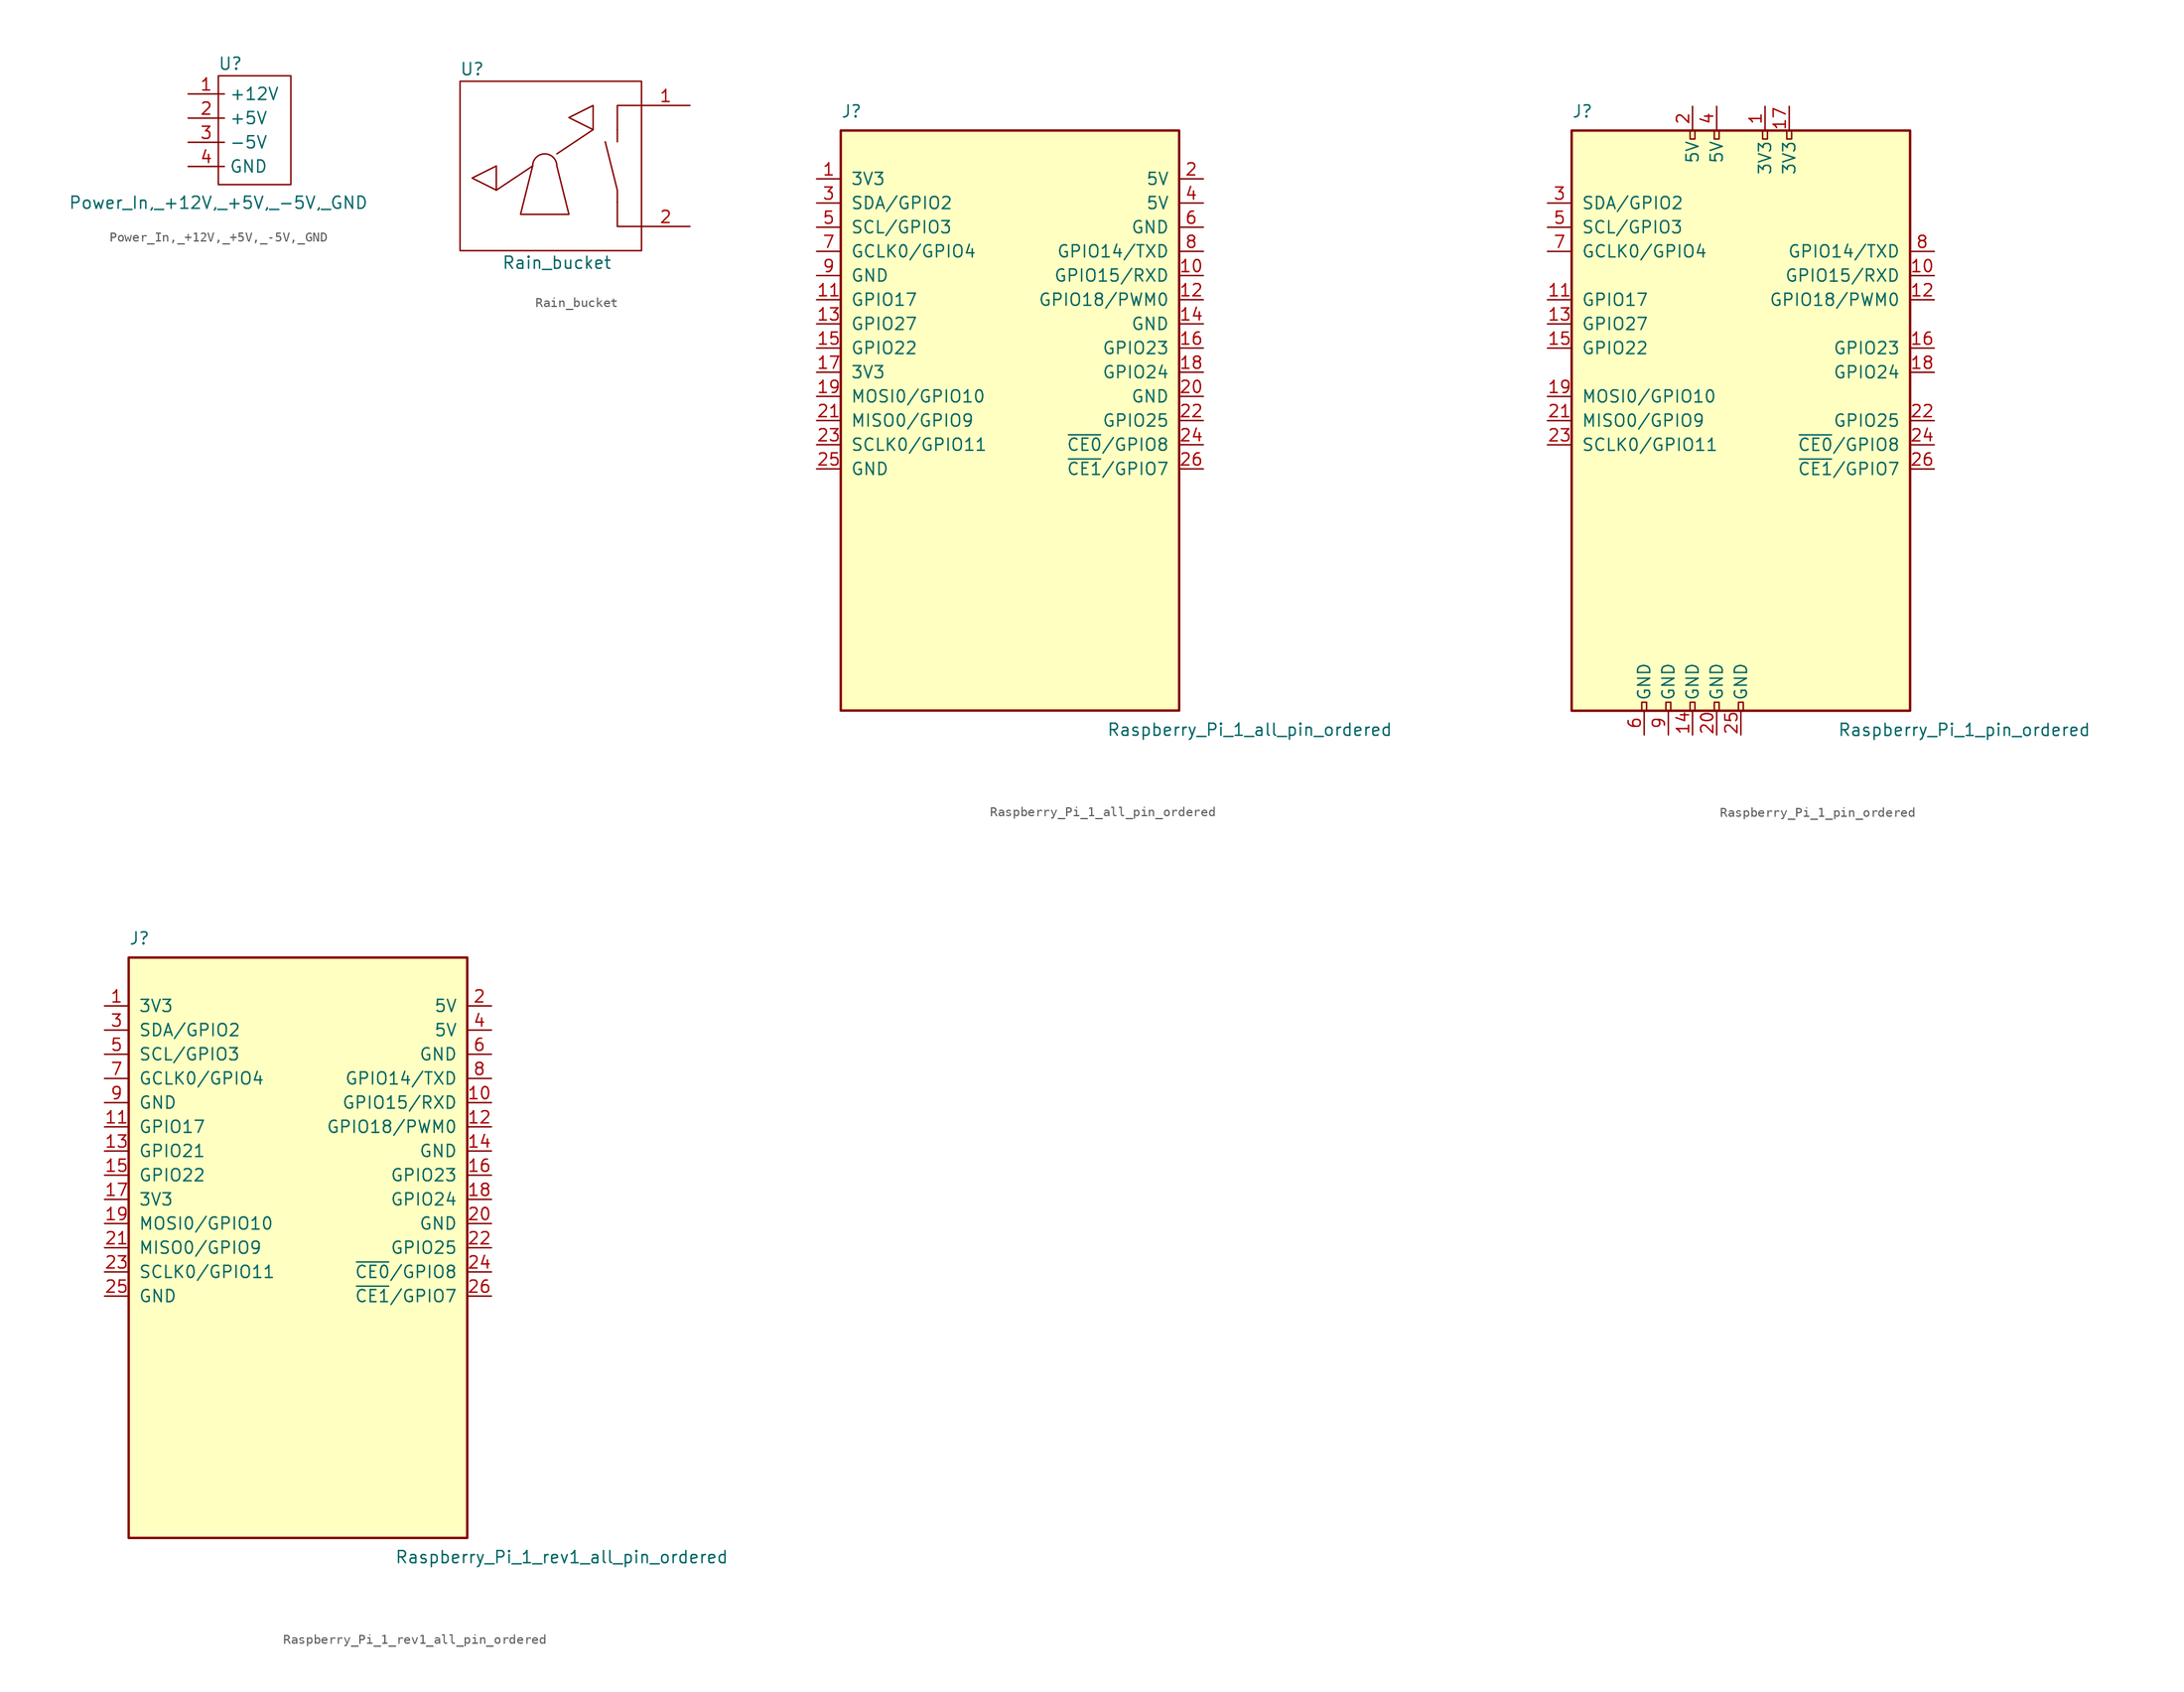
<source format=kicad_sym>
(kicad_symbol_lib
  (version 20231120)
  (generator "kicad_symbol_editor")
  (generator_version "8.0")
  (symbol "Power_In,_+12V,_+5V,_-5V,_GND"
    (property "Reference" "U"
      (at 4.445 3.175 0)
      (effects (font (size 1.27 1.27))))
    (property "Value" "Power_In,_+12V,_+5V,_-5V,_GND"
      (at 3.175 -11.43 0)
      (effects (font (size 1.27 1.27))))
    (symbol "Power_In,_+12V,_+5V,_-5V,_GND_0_1"
      (polyline (pts (xy 3.175 1.905) (xy 10.795 1.905) (xy 10.795 -9.525) (xy 3.175 -9.525) (xy 3.175 1.905)) (stroke (width 0) (type default)) (fill (type none))))
    (symbol "Power_In,_+12V,_+5V,_-5V,_GND_1_1"
      (pin power_in line (at 0 0 0) (length 3.81) (name "+12V" (effects (font (size 1.27 1.27)))) (number "1" (effects (font (size 1.27 1.27)))))
      (pin power_in line (at 0 -2.54 0) (length 3.81) (name "+5V" (effects (font (size 1.27 1.27)))) (number "2" (effects (font (size 1.27 1.27)))))
      (pin power_in line (at 0 -5.08 0) (length 3.81) (name "-5V" (effects (font (size 1.27 1.27)))) (number "3" (effects (font (size 1.27 1.27)))))
      (pin power_in line (at 0 -7.62 0) (length 3.81) (name "GND" (effects (font (size 1.27 1.27)))) (number "4" (effects (font (size 1.27 1.27)))))))
  (symbol "Rain_bucket"
    (pin_names
      (offset 1.016) hide)
    (property "Reference" "U"
      (at -8.89 10.16 0)
      (effects (font (size 1.27 1.27))))
    (property "Value" "Rain_bucket"
      (at 0 -10.16 0)
      (effects (font (size 1.27 1.27))))
    (symbol "Rain_bucket_0_1"
      (arc (start 0 0) (mid -1.27 1.2645) (end -2.54 0) (stroke (width 0) (type default)) (fill (type none)))
      (polyline (pts (xy -2.54 0) (xy -6.35 -2.54)) (stroke (width 0) (type default)) (fill (type none)))
      (polyline (pts (xy 0 1.27) (xy 3.81 3.81)) (stroke (width 0) (type default)) (fill (type none)))
      (polyline (pts (xy 6.35 2.54) (xy 6.35 3.81)) (stroke (width 0) (type default)) (fill (type none)))
      (polyline (pts (xy 6.35 -3.81) (xy 6.35 -2.54) (xy 5.08 2.54)) (stroke (width 0) (type default)) (fill (type none)))
      (polyline (pts (xy 8.89 -6.35) (xy 6.35 -6.35) (xy 6.35 -3.81)) (stroke (width 0) (type default)) (fill (type none)))
      (polyline (pts (xy 8.89 6.35) (xy 6.35 6.35) (xy 6.35 3.81)) (stroke (width 0) (type default)) (fill (type none)))
      (polyline (pts (xy -6.35 -2.54) (xy -8.89 -1.27) (xy -6.35 0) (xy -6.35 -2.54)) (stroke (width 0) (type default)) (fill (type none)))
      (polyline (pts (xy -2.54 0) (xy -3.81 -5.08) (xy 1.27 -5.08) (xy 0 0)) (stroke (width 0) (type default)) (fill (type none)))
      (polyline (pts (xy 3.81 3.81) (xy 1.27 5.08) (xy 3.81 6.35) (xy 3.81 3.81)) (stroke (width 0) (type default)) (fill (type none)))
      (rectangle (start 8.89 8.89) (end -10.16 -8.89) (stroke (width 0) (type default)) (fill (type none))))
    (symbol "Rain_bucket_1_1"
      (pin input line (at 13.97 6.35 180) (length 5.08) (name "Input" (effects (font (size 1.27 1.27)))) (number "1" (effects (font (size 1.27 1.27)))))
      (pin output line (at 13.97 -6.35 180) (length 5.08) (name "Output" (effects (font (size 1.27 1.27)))) (number "2" (effects (font (size 1.27 1.27)))))))
  (symbol "Raspberry_Pi_1_all_pin_ordered"
    (pin_names
      (offset 1.016))
    (property "Reference" "J"
      (at -17.78 31.75 0)
      (effects (font (size 1.27 1.27)) (justify left bottom)))
    (property "Value" "Raspberry_Pi_1_all_pin_ordered"
      (at 10.16 -31.75 0)
      (effects (font (size 1.27 1.27)) (justify left top)))
    (symbol "Raspberry_Pi_1_all_pin_ordered_0_1"
      (rectangle (start -17.78 30.48) (end 17.78 -30.48) (stroke (width 0.254) (type default)) (fill (type background))))
    (symbol "Raspberry_Pi_1_all_pin_ordered_1_1"
      (pin power_in line (at -20.32 25.4 0) (length 2.54) (name "3V3" (effects (font (size 1.27 1.27)))) (number "1" (effects (font (size 1.27 1.27)))))
      (pin bidirectional line (at 20.32 15.24 180) (length 2.54) (name "GPIO15/RXD" (effects (font (size 1.27 1.27)))) (number "10" (effects (font (size 1.27 1.27)))))
      (pin bidirectional line (at -20.32 12.7 0) (length 2.54) (name "GPIO17" (effects (font (size 1.27 1.27)))) (number "11" (effects (font (size 1.27 1.27)))))
      (pin bidirectional line (at 20.32 12.7 180) (length 2.54) (name "GPIO18/PWM0" (effects (font (size 1.27 1.27)))) (number "12" (effects (font (size 1.27 1.27)))))
      (pin bidirectional line (at -20.32 10.16 0) (length 2.54) (name "GPIO27" (effects (font (size 1.27 1.27)))) (number "13" (effects (font (size 1.27 1.27)))))
      (pin power_in line (at 20.32 10.16 180) (length 2.54) (name "GND" (effects (font (size 1.27 1.27)))) (number "14" (effects (font (size 1.27 1.27)))))
      (pin bidirectional line (at -20.32 7.62 0) (length 2.54) (name "GPIO22" (effects (font (size 1.27 1.27)))) (number "15" (effects (font (size 1.27 1.27)))))
      (pin bidirectional line (at 20.32 7.62 180) (length 2.54) (name "GPIO23" (effects (font (size 1.27 1.27)))) (number "16" (effects (font (size 1.27 1.27)))))
      (pin power_in line (at -20.32 5.08 0) (length 2.54) (name "3V3" (effects (font (size 1.27 1.27)))) (number "17" (effects (font (size 1.27 1.27)))))
      (pin bidirectional line (at 20.32 5.08 180) (length 2.54) (name "GPIO24" (effects (font (size 1.27 1.27)))) (number "18" (effects (font (size 1.27 1.27)))))
      (pin bidirectional line (at -20.32 2.54 0) (length 2.54) (name "MOSI0/GPIO10" (effects (font (size 1.27 1.27)))) (number "19" (effects (font (size 1.27 1.27)))))
      (pin power_in line (at 20.32 25.4 180) (length 2.54) (name "5V" (effects (font (size 1.27 1.27)))) (number "2" (effects (font (size 1.27 1.27)))))
      (pin power_in line (at 20.32 2.54 180) (length 2.54) (name "GND" (effects (font (size 1.27 1.27)))) (number "20" (effects (font (size 1.27 1.27)))))
      (pin bidirectional line (at -20.32 0 0) (length 2.54) (name "MISO0/GPIO9" (effects (font (size 1.27 1.27)))) (number "21" (effects (font (size 1.27 1.27)))))
      (pin bidirectional line (at 20.32 0 180) (length 2.54) (name "GPIO25" (effects (font (size 1.27 1.27)))) (number "22" (effects (font (size 1.27 1.27)))))
      (pin bidirectional line (at -20.32 -2.54 0) (length 2.54) (name "SCLK0/GPIO11" (effects (font (size 1.27 1.27)))) (number "23" (effects (font (size 1.27 1.27)))))
      (pin bidirectional line (at 20.32 -2.54 180) (length 2.54) (name "~{CE0}/GPIO8" (effects (font (size 1.27 1.27)))) (number "24" (effects (font (size 1.27 1.27)))))
      (pin power_in line (at -20.32 -5.08 0) (length 2.54) (name "GND" (effects (font (size 1.27 1.27)))) (number "25" (effects (font (size 1.27 1.27)))))
      (pin bidirectional line (at 20.32 -5.08 180) (length 2.54) (name "~{CE1}/GPIO7" (effects (font (size 1.27 1.27)))) (number "26" (effects (font (size 1.27 1.27)))))
      (pin bidirectional line (at -20.32 22.86 0) (length 2.54) (name "SDA/GPIO2" (effects (font (size 1.27 1.27)))) (number "3" (effects (font (size 1.27 1.27)))))
      (pin power_in line (at 20.32 22.86 180) (length 2.54) (name "5V" (effects (font (size 1.27 1.27)))) (number "4" (effects (font (size 1.27 1.27)))))
      (pin bidirectional line (at -20.32 20.32 0) (length 2.54) (name "SCL/GPIO3" (effects (font (size 1.27 1.27)))) (number "5" (effects (font (size 1.27 1.27)))))
      (pin power_in line (at 20.32 20.32 180) (length 2.54) (name "GND" (effects (font (size 1.27 1.27)))) (number "6" (effects (font (size 1.27 1.27)))))
      (pin bidirectional line (at -20.32 17.78 0) (length 2.54) (name "GCLK0/GPIO4" (effects (font (size 1.27 1.27)))) (number "7" (effects (font (size 1.27 1.27)))))
      (pin bidirectional line (at 20.32 17.78 180) (length 2.54) (name "GPIO14/TXD" (effects (font (size 1.27 1.27)))) (number "8" (effects (font (size 1.27 1.27)))))
      (pin power_in line (at -20.32 15.24 0) (length 2.54) (name "GND" (effects (font (size 1.27 1.27)))) (number "9" (effects (font (size 1.27 1.27)))))))
  (symbol "Raspberry_Pi_1_pin_ordered"
    (pin_names
      (offset 1.016))
    (property "Reference" "J"
      (at -17.78 31.75 0)
      (effects (font (size 1.27 1.27)) (justify left bottom)))
    (property "Value" "Raspberry_Pi_1_pin_ordered"
      (at 10.16 -31.75 0)
      (effects (font (size 1.27 1.27)) (justify left top)))
    (symbol "Raspberry_Pi_1_pin_ordered_0_1"
      (rectangle (start -17.78 30.48) (end 17.78 -30.48) (stroke (width 0.254) (type default)) (fill (type background))))
    (symbol "Raspberry_Pi_1_pin_ordered_1_1"
      (rectangle (start -10.414 -29.591) (end -9.906 -30.48) (stroke (width 0) (type default)) (fill (type none)))
      (rectangle (start -7.874 -29.591) (end -7.366 -30.48) (stroke (width 0) (type default)) (fill (type none)))
      (rectangle (start -5.334 -29.591) (end -4.826 -30.48) (stroke (width 0) (type default)) (fill (type none)))
      (rectangle (start -5.334 30.48) (end -4.826 29.591) (stroke (width 0) (type default)) (fill (type none)))
      (rectangle (start -2.794 -29.591) (end -2.286 -30.48) (stroke (width 0) (type default)) (fill (type none)))
      (rectangle (start -2.794 30.48) (end -2.286 29.591) (stroke (width 0) (type default)) (fill (type none)))
      (rectangle (start -0.254 -29.591) (end 0.254 -30.48) (stroke (width 0) (type default)) (fill (type none)))
      (rectangle (start 2.286 30.48) (end 2.794 29.591) (stroke (width 0) (type default)) (fill (type none)))
      (rectangle (start 4.826 30.48) (end 5.334 29.591) (stroke (width 0) (type default)) (fill (type none)))
      (pin power_in line (at 2.54 33.02 270) (length 2.54) (name "3V3" (effects (font (size 1.27 1.27)))) (number "1" (effects (font (size 1.27 1.27)))))
      (pin bidirectional line (at 20.32 15.24 180) (length 2.54) (name "GPIO15/RXD" (effects (font (size 1.27 1.27)))) (number "10" (effects (font (size 1.27 1.27)))))
      (pin bidirectional line (at -20.32 12.7 0) (length 2.54) (name "GPIO17" (effects (font (size 1.27 1.27)))) (number "11" (effects (font (size 1.27 1.27)))))
      (pin bidirectional line (at 20.32 12.7 180) (length 2.54) (name "GPIO18/PWM0" (effects (font (size 1.27 1.27)))) (number "12" (effects (font (size 1.27 1.27)))))
      (pin bidirectional line (at -20.32 10.16 0) (length 2.54) (name "GPIO27" (effects (font (size 1.27 1.27)))) (number "13" (effects (font (size 1.27 1.27)))))
      (pin power_in line (at -5.08 -33.02 90) (length 2.54) (name "GND" (effects (font (size 1.27 1.27)))) (number "14" (effects (font (size 1.27 1.27)))))
      (pin bidirectional line (at -20.32 7.62 0) (length 2.54) (name "GPIO22" (effects (font (size 1.27 1.27)))) (number "15" (effects (font (size 1.27 1.27)))))
      (pin bidirectional line (at 20.32 7.62 180) (length 2.54) (name "GPIO23" (effects (font (size 1.27 1.27)))) (number "16" (effects (font (size 1.27 1.27)))))
      (pin power_in line (at 5.08 33.02 270) (length 2.54) (name "3V3" (effects (font (size 1.27 1.27)))) (number "17" (effects (font (size 1.27 1.27)))))
      (pin bidirectional line (at 20.32 5.08 180) (length 2.54) (name "GPIO24" (effects (font (size 1.27 1.27)))) (number "18" (effects (font (size 1.27 1.27)))))
      (pin bidirectional line (at -20.32 2.54 0) (length 2.54) (name "MOSI0/GPIO10" (effects (font (size 1.27 1.27)))) (number "19" (effects (font (size 1.27 1.27)))))
      (pin power_in line (at -5.08 33.02 270) (length 2.54) (name "5V" (effects (font (size 1.27 1.27)))) (number "2" (effects (font (size 1.27 1.27)))))
      (pin power_in line (at -2.54 -33.02 90) (length 2.54) (name "GND" (effects (font (size 1.27 1.27)))) (number "20" (effects (font (size 1.27 1.27)))))
      (pin bidirectional line (at -20.32 0 0) (length 2.54) (name "MISO0/GPIO9" (effects (font (size 1.27 1.27)))) (number "21" (effects (font (size 1.27 1.27)))))
      (pin bidirectional line (at 20.32 0 180) (length 2.54) (name "GPIO25" (effects (font (size 1.27 1.27)))) (number "22" (effects (font (size 1.27 1.27)))))
      (pin bidirectional line (at -20.32 -2.54 0) (length 2.54) (name "SCLK0/GPIO11" (effects (font (size 1.27 1.27)))) (number "23" (effects (font (size 1.27 1.27)))))
      (pin bidirectional line (at 20.32 -2.54 180) (length 2.54) (name "~{CE0}/GPIO8" (effects (font (size 1.27 1.27)))) (number "24" (effects (font (size 1.27 1.27)))))
      (pin power_in line (at 0 -33.02 90) (length 2.54) (name "GND" (effects (font (size 1.27 1.27)))) (number "25" (effects (font (size 1.27 1.27)))))
      (pin bidirectional line (at 20.32 -5.08 180) (length 2.54) (name "~{CE1}/GPIO7" (effects (font (size 1.27 1.27)))) (number "26" (effects (font (size 1.27 1.27)))))
      (pin bidirectional line (at -20.32 22.86 0) (length 2.54) (name "SDA/GPIO2" (effects (font (size 1.27 1.27)))) (number "3" (effects (font (size 1.27 1.27)))))
      (pin power_in line (at -2.54 33.02 270) (length 2.54) (name "5V" (effects (font (size 1.27 1.27)))) (number "4" (effects (font (size 1.27 1.27)))))
      (pin bidirectional line (at -20.32 20.32 0) (length 2.54) (name "SCL/GPIO3" (effects (font (size 1.27 1.27)))) (number "5" (effects (font (size 1.27 1.27)))))
      (pin power_in line (at -10.16 -33.02 90) (length 2.54) (name "GND" (effects (font (size 1.27 1.27)))) (number "6" (effects (font (size 1.27 1.27)))))
      (pin bidirectional line (at -20.32 17.78 0) (length 2.54) (name "GCLK0/GPIO4" (effects (font (size 1.27 1.27)))) (number "7" (effects (font (size 1.27 1.27)))))
      (pin bidirectional line (at 20.32 17.78 180) (length 2.54) (name "GPIO14/TXD" (effects (font (size 1.27 1.27)))) (number "8" (effects (font (size 1.27 1.27)))))
      (pin power_in line (at -7.62 -33.02 90) (length 2.54) (name "GND" (effects (font (size 1.27 1.27)))) (number "9" (effects (font (size 1.27 1.27)))))))
  (symbol "Raspberry_Pi_1_rev1_all_pin_ordered"
    (pin_names
      (offset 1.016))
    (property "Reference" "J"
      (at -17.78 31.75 0)
      (effects (font (size 1.27 1.27)) (justify left bottom)))
    (property "Value" "Raspberry_Pi_1_rev1_all_pin_ordered"
      (at 10.16 -31.75 0)
      (effects (font (size 1.27 1.27)) (justify left top)))
    (symbol "Raspberry_Pi_1_rev1_all_pin_ordered_0_1"
      (rectangle (start -17.78 30.48) (end 17.78 -30.48) (stroke (width 0.254) (type default)) (fill (type background))))
    (symbol "Raspberry_Pi_1_rev1_all_pin_ordered_1_1"
      (pin power_in line (at -20.32 25.4 0) (length 2.54) (name "3V3" (effects (font (size 1.27 1.27)))) (number "1" (effects (font (size 1.27 1.27)))))
      (pin bidirectional line (at 20.32 15.24 180) (length 2.54) (name "GPIO15/RXD" (effects (font (size 1.27 1.27)))) (number "10" (effects (font (size 1.27 1.27)))))
      (pin bidirectional line (at -20.32 12.7 0) (length 2.54) (name "GPIO17" (effects (font (size 1.27 1.27)))) (number "11" (effects (font (size 1.27 1.27)))))
      (pin bidirectional line (at 20.32 12.7 180) (length 2.54) (name "GPIO18/PWM0" (effects (font (size 1.27 1.27)))) (number "12" (effects (font (size 1.27 1.27)))))
      (pin bidirectional line (at -20.32 10.16 0) (length 2.54) (name "GPIO21" (effects (font (size 1.27 1.27)))) (number "13" (effects (font (size 1.27 1.27)))))
      (pin power_in line (at 20.32 10.16 180) (length 2.54) (name "GND" (effects (font (size 1.27 1.27)))) (number "14" (effects (font (size 1.27 1.27)))))
      (pin bidirectional line (at -20.32 7.62 0) (length 2.54) (name "GPIO22" (effects (font (size 1.27 1.27)))) (number "15" (effects (font (size 1.27 1.27)))))
      (pin bidirectional line (at 20.32 7.62 180) (length 2.54) (name "GPIO23" (effects (font (size 1.27 1.27)))) (number "16" (effects (font (size 1.27 1.27)))))
      (pin power_in line (at -20.32 5.08 0) (length 2.54) (name "3V3" (effects (font (size 1.27 1.27)))) (number "17" (effects (font (size 1.27 1.27)))))
      (pin bidirectional line (at 20.32 5.08 180) (length 2.54) (name "GPIO24" (effects (font (size 1.27 1.27)))) (number "18" (effects (font (size 1.27 1.27)))))
      (pin bidirectional line (at -20.32 2.54 0) (length 2.54) (name "MOSI0/GPIO10" (effects (font (size 1.27 1.27)))) (number "19" (effects (font (size 1.27 1.27)))))
      (pin power_in line (at 20.32 25.4 180) (length 2.54) (name "5V" (effects (font (size 1.27 1.27)))) (number "2" (effects (font (size 1.27 1.27)))))
      (pin power_in line (at 20.32 2.54 180) (length 2.54) (name "GND" (effects (font (size 1.27 1.27)))) (number "20" (effects (font (size 1.27 1.27)))))
      (pin bidirectional line (at -20.32 0 0) (length 2.54) (name "MISO0/GPIO9" (effects (font (size 1.27 1.27)))) (number "21" (effects (font (size 1.27 1.27)))))
      (pin bidirectional line (at 20.32 0 180) (length 2.54) (name "GPIO25" (effects (font (size 1.27 1.27)))) (number "22" (effects (font (size 1.27 1.27)))))
      (pin bidirectional line (at -20.32 -2.54 0) (length 2.54) (name "SCLK0/GPIO11" (effects (font (size 1.27 1.27)))) (number "23" (effects (font (size 1.27 1.27)))))
      (pin bidirectional line (at 20.32 -2.54 180) (length 2.54) (name "~{CE0}/GPIO8" (effects (font (size 1.27 1.27)))) (number "24" (effects (font (size 1.27 1.27)))))
      (pin power_in line (at -20.32 -5.08 0) (length 2.54) (name "GND" (effects (font (size 1.27 1.27)))) (number "25" (effects (font (size 1.27 1.27)))))
      (pin bidirectional line (at 20.32 -5.08 180) (length 2.54) (name "~{CE1}/GPIO7" (effects (font (size 1.27 1.27)))) (number "26" (effects (font (size 1.27 1.27)))))
      (pin bidirectional line (at -20.32 22.86 0) (length 2.54) (name "SDA/GPIO2" (effects (font (size 1.27 1.27)))) (number "3" (effects (font (size 1.27 1.27)))))
      (pin power_in line (at 20.32 22.86 180) (length 2.54) (name "5V" (effects (font (size 1.27 1.27)))) (number "4" (effects (font (size 1.27 1.27)))))
      (pin bidirectional line (at -20.32 20.32 0) (length 2.54) (name "SCL/GPIO3" (effects (font (size 1.27 1.27)))) (number "5" (effects (font (size 1.27 1.27)))))
      (pin power_in line (at 20.32 20.32 180) (length 2.54) (name "GND" (effects (font (size 1.27 1.27)))) (number "6" (effects (font (size 1.27 1.27)))))
      (pin bidirectional line (at -20.32 17.78 0) (length 2.54) (name "GCLK0/GPIO4" (effects (font (size 1.27 1.27)))) (number "7" (effects (font (size 1.27 1.27)))))
      (pin bidirectional line (at 20.32 17.78 180) (length 2.54) (name "GPIO14/TXD" (effects (font (size 1.27 1.27)))) (number "8" (effects (font (size 1.27 1.27)))))
      (pin power_in line (at -20.32 15.24 0) (length 2.54) (name "GND" (effects (font (size 1.27 1.27)))) (number "9" (effects (font (size 1.27 1.27))))))))
</source>
